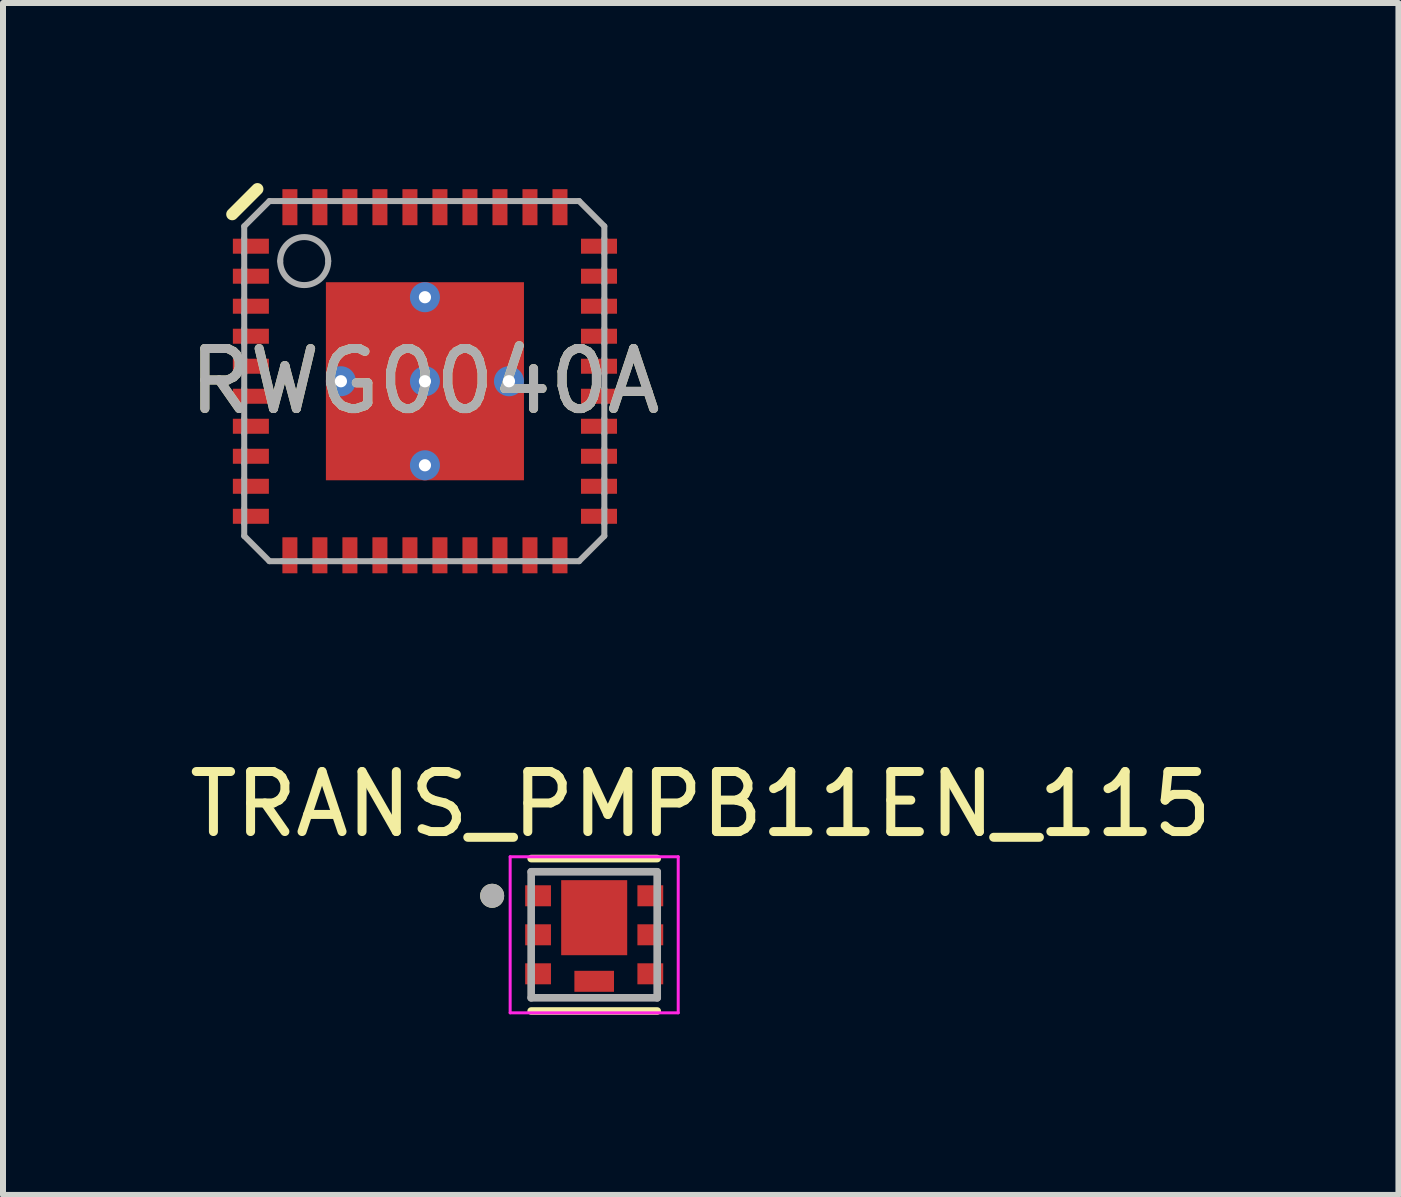
<source format=kicad_pcb>
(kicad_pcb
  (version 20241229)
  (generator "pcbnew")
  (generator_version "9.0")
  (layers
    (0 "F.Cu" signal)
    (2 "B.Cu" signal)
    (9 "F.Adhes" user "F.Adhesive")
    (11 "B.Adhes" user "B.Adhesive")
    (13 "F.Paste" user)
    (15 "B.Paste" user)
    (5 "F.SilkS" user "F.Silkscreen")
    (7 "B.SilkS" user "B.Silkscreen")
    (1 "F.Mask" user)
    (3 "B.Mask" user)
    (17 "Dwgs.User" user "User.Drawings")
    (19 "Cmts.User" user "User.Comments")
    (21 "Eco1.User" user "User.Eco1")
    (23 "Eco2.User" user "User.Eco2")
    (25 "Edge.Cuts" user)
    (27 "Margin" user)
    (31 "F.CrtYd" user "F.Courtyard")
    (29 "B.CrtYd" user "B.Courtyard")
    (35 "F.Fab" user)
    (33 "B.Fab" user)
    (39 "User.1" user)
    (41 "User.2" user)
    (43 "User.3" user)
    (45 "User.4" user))
  (footprint "TRANS_PMPB11EN_115"
    (layer "F.Cu")
    (at 6.85 12.525)
    (property "Reference" "TRANS_PMPB11EN_115" (at 1.775 -2.175 0) (layer "F.SilkS") (effects (font (size 1 1) (thickness 0.15))))
    (attr smd)
    (fp_line (start -1.05 -1.27) (end 1.05 -1.27) (stroke (width 0.127) (type solid)) (layer "F.SilkS"))
    (fp_line (start 1.05 1.27) (end -1.05 1.27) (stroke (width 0.127) (type solid)) (layer "F.SilkS"))
    (fp_circle (center -1.7 -0.65) (end -1.6 -0.65) (stroke (width 0.2) (type solid)) (fill no) (layer "F.SilkS"))
    (fp_poly (pts (xy -1.1 -0.775) (xy -0.77 -0.775) (xy -0.77 -0.525) (xy -1.1 -0.525)) (stroke (width 0.01) (type solid)) (fill yes) (layer "F.Paste"))
    (fp_poly (pts (xy -1.1 -0.125) (xy -0.77 -0.125) (xy -0.77 0.125) (xy -1.1 0.125)) (stroke (width 0.01) (type solid)) (fill yes) (layer "F.Paste"))
    (fp_poly (pts (xy -1.1 0.525) (xy -0.77 0.525) (xy -0.77 0.775) (xy -1.1 0.775)) (stroke (width 0.01) (type solid)) (fill yes) (layer "F.Paste"))
    (fp_poly (pts (xy -0.45 -0.81) (xy 0.45 -0.81) (xy 0.45 0.24) (xy -0.45 0.24)) (stroke (width 0.01) (type solid)) (fill yes) (layer "F.Paste"))
    (fp_poly (pts (xy -0.28 0.65) (xy 0.28 0.65) (xy 0.28 0.9) (xy -0.28 0.9)) (stroke (width 0.01) (type solid)) (fill yes) (layer "F.Paste"))
    (fp_poly (pts (xy 0.77 -0.775) (xy 1.1 -0.775) (xy 1.1 -0.525) (xy 0.77 -0.525)) (stroke (width 0.01) (type solid)) (fill yes) (layer "F.Paste"))
    (fp_poly (pts (xy 0.77 -0.125) (xy 1.1 -0.125) (xy 1.1 0.125) (xy 0.77 0.125)) (stroke (width 0.01) (type solid)) (fill yes) (layer "F.Paste"))
    (fp_poly (pts (xy 0.77 0.525) (xy 1.1 0.525) (xy 1.1 0.775) (xy 0.77 0.775)) (stroke (width 0.01) (type solid)) (fill yes) (layer "F.Paste"))
    (fp_line (start -1.4 -1.3) (end 1.4 -1.3) (stroke (width 0.05) (type solid)) (layer "F.CrtYd"))
    (fp_line (start -1.4 1.3) (end -1.4 -1.3) (stroke (width 0.05) (type solid)) (layer "F.CrtYd"))
    (fp_line (start 1.4 -1.3) (end 1.4 1.3) (stroke (width 0.05) (type solid)) (layer "F.CrtYd"))
    (fp_line (start 1.4 1.3) (end -1.4 1.3) (stroke (width 0.05) (type solid)) (layer "F.CrtYd"))
    (fp_line (start -1.05 -1.05) (end 1.05 -1.05) (stroke (width 0.127) (type solid)) (layer "F.Fab"))
    (fp_line (start -1.05 1.05) (end -1.05 -1.05) (stroke (width 0.127) (type solid)) (layer "F.Fab"))
    (fp_line (start 1.05 -1.05) (end 1.05 1.05) (stroke (width 0.127) (type solid)) (layer "F.Fab"))
    (fp_line (start 1.05 1.05) (end -1.05 1.05) (stroke (width 0.127) (type solid)) (layer "F.Fab"))
    (fp_circle (center -1.7 -0.65) (end -1.6 -0.65) (stroke (width 0.2) (type solid)) (fill no) (layer "F.Fab"))
    (pad "1" smd rect (at -0.935 -0.65) (size 0.43 0.35) (layers "F.Cu" "F.Mask"))
    (pad "2" smd rect (at -0.935 0) (size 0.43 0.35) (layers "F.Cu" "F.Mask"))
    (pad "3" smd rect (at -0.935 0.65) (size 0.43 0.35) (layers "F.Cu" "F.Mask"))
    (pad "4" smd rect (at 0.935 0.65) (size 0.43 0.35) (layers "F.Cu" "F.Mask"))
    (pad "5" smd rect (at 0.935 0) (size 0.43 0.35) (layers "F.Cu" "F.Mask"))
    (pad "6" smd rect (at 0.935 -0.65) (size 0.43 0.35) (layers "F.Cu" "F.Mask"))
    (pad "7" smd rect (at 0 -0.285) (size 1.1 1.25) (layers "F.Cu" "F.Mask"))
    (pad "8" smd rect (at 0 0.775) (size 0.66 0.35) (layers "F.Cu" "F.Mask")))
  (footprint "RWG0040A"
    (layer "F.Cu")
    (at 4.03 3.302)
    (property "Reference" "RWG0040A" (at 0 0 0) (unlocked yes) (layer "F.SilkS") (effects (font (size 1 1) (thickness 0.15))))
    (attr smd)
    (fp_line (start -3.211 -2.782) (end -2.791 -3.202) (stroke (width 0.2) (type solid)) (layer "F.SilkS"))
    (fp_poly (pts (xy -0.1 -1.48) (xy -0.1 -0.15) (xy -0.101 -0.14) (xy -0.104 -0.131) (xy -0.108 -0.122) (xy -0.115 -0.115) (xy -0.122 -0.108) (xy -0.131 -0.104) (xy -0.14 -0.101) (xy -0.15 -0.1) (xy -1.48 -0.1) (xy -1.49 -0.101) (xy -1.499 -0.104) (xy -1.508 -0.108) (xy -1.515 -0.115) (xy -1.522 -0.122) (xy -1.526 -0.131) (xy -1.529 -0.14) (xy -1.53 -0.15) (xy -1.53 -1.48) (xy -1.529 -1.49) (xy -1.526 -1.499) (xy -1.522 -1.508) (xy -1.515 -1.515) (xy -1.508 -1.522) (xy -1.499 -1.526) (xy -1.49 -1.529) (xy -1.48 -1.53) (xy -0.15 -1.53) (xy -0.14 -1.529) (xy -0.131 -1.526) (xy -0.122 -1.522) (xy -0.115 -1.515) (xy -0.108 -1.508) (xy -0.104 -1.499) (xy -0.101 -1.49)) (stroke (width 0) (type solid)) (fill yes) (layer "F.Paste"))
    (fp_poly (pts (xy -0.1 0.15) (xy -0.1 1.48) (xy -0.101 1.49) (xy -0.104 1.499) (xy -0.108 1.508) (xy -0.115 1.515) (xy -0.122 1.522) (xy -0.131 1.526) (xy -0.14 1.529) (xy -0.15 1.53) (xy -1.48 1.53) (xy -1.49 1.529) (xy -1.499 1.526) (xy -1.508 1.522) (xy -1.515 1.515) (xy -1.522 1.508) (xy -1.526 1.499) (xy -1.529 1.49) (xy -1.53 1.48) (xy -1.53 0.15) (xy -1.529 0.14) (xy -1.526 0.131) (xy -1.522 0.122) (xy -1.515 0.115) (xy -1.508 0.108) (xy -1.499 0.104) (xy -1.49 0.101) (xy -1.48 0.1) (xy -0.15 0.1) (xy -0.14 0.101) (xy -0.131 0.104) (xy -0.122 0.108) (xy -0.115 0.115) (xy -0.108 0.122) (xy -0.104 0.131) (xy -0.101 0.14)) (stroke (width 0) (type solid)) (fill yes) (layer "F.Paste"))
    (fp_poly (pts (xy 0.1 -0.15) (xy 0.1 -1.48) (xy 0.101 -1.49) (xy 0.104 -1.499) (xy 0.108 -1.508) (xy 0.115 -1.515) (xy 0.122 -1.522) (xy 0.131 -1.526) (xy 0.14 -1.529) (xy 0.15 -1.53) (xy 1.48 -1.53) (xy 1.49 -1.529) (xy 1.499 -1.526) (xy 1.508 -1.522) (xy 1.515 -1.515) (xy 1.522 -1.508) (xy 1.526 -1.499) (xy 1.529 -1.49) (xy 1.53 -1.48) (xy 1.53 -0.15) (xy 1.529 -0.14) (xy 1.526 -0.131) (xy 1.522 -0.122) (xy 1.515 -0.115) (xy 1.508 -0.108) (xy 1.499 -0.104) (xy 1.49 -0.101) (xy 1.48 -0.1) (xy 0.15 -0.1) (xy 0.14 -0.101) (xy 0.131 -0.104) (xy 0.122 -0.108) (xy 0.115 -0.115) (xy 0.108 -0.122) (xy 0.104 -0.131) (xy 0.101 -0.14)) (stroke (width 0) (type solid)) (fill yes) (layer "F.Paste"))
    (fp_poly (pts (xy 0.1 1.48) (xy 0.1 0.15) (xy 0.101 0.14) (xy 0.104 0.131) (xy 0.108 0.122) (xy 0.115 0.115) (xy 0.122 0.108) (xy 0.131 0.104) (xy 0.14 0.101) (xy 0.15 0.1) (xy 1.48 0.1) (xy 1.49 0.101) (xy 1.499 0.104) (xy 1.508 0.108) (xy 1.515 0.115) (xy 1.522 0.122) (xy 1.526 0.131) (xy 1.529 0.14) (xy 1.53 0.15) (xy 1.53 1.48) (xy 1.529 1.49) (xy 1.526 1.499) (xy 1.522 1.508) (xy 1.515 1.515) (xy 1.508 1.522) (xy 1.499 1.526) (xy 1.49 1.529) (xy 1.48 1.53) (xy 0.15 1.53) (xy 0.14 1.529) (xy 0.131 1.526) (xy 0.122 1.522) (xy 0.115 1.515) (xy 0.108 1.508) (xy 0.104 1.499) (xy 0.101 1.49)) (stroke (width 0) (type solid)) (fill yes) (layer "F.Paste"))
    (fp_line (start -3.011 -2.582) (end -2.591 -3.002) (stroke (width 0.1) (type solid)) (layer "F.Fab"))
    (fp_line (start -3.011 -2.377) (end -3.011 -2.582) (stroke (width 0.1) (type solid)) (layer "F.Fab"))
    (fp_line (start -3.011 -2.127) (end -3.011 -2.377) (stroke (width 0.1) (type solid)) (layer "F.Fab"))
    (fp_line (start -3.011 -1.877) (end -3.011 -2.127) (stroke (width 0.1) (type solid)) (layer "F.Fab"))
    (fp_line (start -3.011 -1.627) (end -3.011 -1.877) (stroke (width 0.1) (type solid)) (layer "F.Fab"))
    (fp_line (start -3.011 -1.377) (end -3.011 -1.627) (stroke (width 0.1) (type solid)) (layer "F.Fab"))
    (fp_line (start -3.011 -1.127) (end -3.011 -1.377) (stroke (width 0.1) (type solid)) (layer "F.Fab"))
    (fp_line (start -3.011 -0.877) (end -3.011 -1.127) (stroke (width 0.1) (type solid)) (layer "F.Fab"))
    (fp_line (start -3.011 -0.627) (end -3.011 -0.877) (stroke (width 0.1) (type solid)) (layer "F.Fab"))
    (fp_line (start -3.011 -0.377) (end -3.011 -0.627) (stroke (width 0.1) (type solid)) (layer "F.Fab"))
    (fp_line (start -3.011 -0.127) (end -3.011 -0.377) (stroke (width 0.1) (type solid)) (layer "F.Fab"))
    (fp_line (start -3.011 0.123) (end -3.011 -0.127) (stroke (width 0.1) (type solid)) (layer "F.Fab"))
    (fp_line (start -3.011 0.373) (end -3.011 0.123) (stroke (width 0.1) (type solid)) (layer "F.Fab"))
    (fp_line (start -3.011 0.623) (end -3.011 0.373) (stroke (width 0.1) (type solid)) (layer "F.Fab"))
    (fp_line (start -3.011 0.873) (end -3.011 0.623) (stroke (width 0.1) (type solid)) (layer "F.Fab"))
    (fp_line (start -3.011 1.123) (end -3.011 0.873) (stroke (width 0.1) (type solid)) (layer "F.Fab"))
    (fp_line (start -3.011 1.373) (end -3.011 1.123) (stroke (width 0.1) (type solid)) (layer "F.Fab"))
    (fp_line (start -3.011 1.623) (end -3.011 1.373) (stroke (width 0.1) (type solid)) (layer "F.Fab"))
    (fp_line (start -3.011 1.873) (end -3.011 1.623) (stroke (width 0.1) (type solid)) (layer "F.Fab"))
    (fp_line (start -3.011 2.123) (end -3.011 1.873) (stroke (width 0.1) (type solid)) (layer "F.Fab"))
    (fp_line (start -3.011 2.373) (end -3.011 2.123) (stroke (width 0.1) (type solid)) (layer "F.Fab"))
    (fp_line (start -3.011 2.578) (end -3.011 2.373) (stroke (width 0.1) (type solid)) (layer "F.Fab"))
    (fp_line (start -3.011 2.578) (end -2.591 2.998) (stroke (width 0.1) (type solid)) (layer "F.Fab"))
    (fp_line (start -2.591 -3.002) (end -2.386 -3.002) (stroke (width 0.1) (type solid)) (layer "F.Fab"))
    (fp_line (start -2.591 2.998) (end -2.386 2.998) (stroke (width 0.1) (type solid)) (layer "F.Fab"))
    (fp_line (start -2.386 -3.002) (end -2.136 -3.002) (stroke (width 0.1) (type solid)) (layer "F.Fab"))
    (fp_line (start -2.386 2.998) (end -2.136 2.998) (stroke (width 0.1) (type solid)) (layer "F.Fab"))
    (fp_line (start -2.136 -3.002) (end -1.886 -3.002) (stroke (width 0.1) (type solid)) (layer "F.Fab"))
    (fp_line (start -2.136 2.998) (end -1.886 2.998) (stroke (width 0.1) (type solid)) (layer "F.Fab"))
    (fp_line (start -1.886 -3.002) (end -1.636 -3.002) (stroke (width 0.1) (type solid)) (layer "F.Fab"))
    (fp_line (start -1.886 2.998) (end -1.636 2.998) (stroke (width 0.1) (type solid)) (layer "F.Fab"))
    (fp_line (start -1.636 -3.002) (end -1.386 -3.002) (stroke (width 0.1) (type solid)) (layer "F.Fab"))
    (fp_line (start -1.636 2.998) (end -1.386 2.998) (stroke (width 0.1) (type solid)) (layer "F.Fab"))
    (fp_line (start -1.386 -3.002) (end -1.136 -3.002) (stroke (width 0.1) (type solid)) (layer "F.Fab"))
    (fp_line (start -1.386 2.998) (end -1.136 2.998) (stroke (width 0.1) (type solid)) (layer "F.Fab"))
    (fp_line (start -1.136 -3.002) (end -0.886 -3.002) (stroke (width 0.1) (type solid)) (layer "F.Fab"))
    (fp_line (start -1.136 2.998) (end -0.886 2.998) (stroke (width 0.1) (type solid)) (layer "F.Fab"))
    (fp_line (start -0.886 -3.002) (end -0.636 -3.002) (stroke (width 0.1) (type solid)) (layer "F.Fab"))
    (fp_line (start -0.886 2.998) (end -0.636 2.998) (stroke (width 0.1) (type solid)) (layer "F.Fab"))
    (fp_line (start -0.636 -3.002) (end -0.386 -3.002) (stroke (width 0.1) (type solid)) (layer "F.Fab"))
    (fp_line (start -0.636 2.998) (end -0.386 2.998) (stroke (width 0.1) (type solid)) (layer "F.Fab"))
    (fp_line (start -0.386 -3.002) (end -0.136 -3.002) (stroke (width 0.1) (type solid)) (layer "F.Fab"))
    (fp_line (start -0.386 2.998) (end -0.136 2.998) (stroke (width 0.1) (type solid)) (layer "F.Fab"))
    (fp_line (start -0.136 -3.002) (end 0.114 -3.002) (stroke (width 0.1) (type solid)) (layer "F.Fab"))
    (fp_line (start -0.136 2.998) (end 0.114 2.998) (stroke (width 0.1) (type solid)) (layer "F.Fab"))
    (fp_line (start 0.114 -3.002) (end 0.364 -3.002) (stroke (width 0.1) (type solid)) (layer "F.Fab"))
    (fp_line (start 0.114 2.998) (end 0.364 2.998) (stroke (width 0.1) (type solid)) (layer "F.Fab"))
    (fp_line (start 0.364 -3.002) (end 0.614 -3.002) (stroke (width 0.1) (type solid)) (layer "F.Fab"))
    (fp_line (start 0.364 2.998) (end 0.614 2.998) (stroke (width 0.1) (type solid)) (layer "F.Fab"))
    (fp_line (start 0.614 -3.002) (end 0.864 -3.002) (stroke (width 0.1) (type solid)) (layer "F.Fab"))
    (fp_line (start 0.614 2.998) (end 0.864 2.998) (stroke (width 0.1) (type solid)) (layer "F.Fab"))
    (fp_line (start 0.864 -3.002) (end 1.114 -3.002) (stroke (width 0.1) (type solid)) (layer "F.Fab"))
    (fp_line (start 0.864 2.998) (end 1.114 2.998) (stroke (width 0.1) (type solid)) (layer "F.Fab"))
    (fp_line (start 1.114 -3.002) (end 1.364 -3.002) (stroke (width 0.1) (type solid)) (layer "F.Fab"))
    (fp_line (start 1.114 2.998) (end 1.364 2.998) (stroke (width 0.1) (type solid)) (layer "F.Fab"))
    (fp_line (start 1.364 -3.002) (end 1.614 -3.002) (stroke (width 0.1) (type solid)) (layer "F.Fab"))
    (fp_line (start 1.364 2.998) (end 1.614 2.998) (stroke (width 0.1) (type solid)) (layer "F.Fab"))
    (fp_line (start 1.614 -3.002) (end 1.864 -3.002) (stroke (width 0.1) (type solid)) (layer "F.Fab"))
    (fp_line (start 1.614 2.998) (end 1.864 2.998) (stroke (width 0.1) (type solid)) (layer "F.Fab"))
    (fp_line (start 1.864 -3.002) (end 2.114 -3.002) (stroke (width 0.1) (type solid)) (layer "F.Fab"))
    (fp_line (start 1.864 2.998) (end 2.114 2.998) (stroke (width 0.1) (type solid)) (layer "F.Fab"))
    (fp_line (start 2.114 -3.002) (end 2.364 -3.002) (stroke (width 0.1) (type solid)) (layer "F.Fab"))
    (fp_line (start 2.114 2.998) (end 2.364 2.998) (stroke (width 0.1) (type solid)) (layer "F.Fab"))
    (fp_line (start 2.364 -3.002) (end 2.569 -3.002) (stroke (width 0.1) (type solid)) (layer "F.Fab"))
    (fp_line (start 2.364 2.998) (end 2.569 2.998) (stroke (width 0.1) (type solid)) (layer "F.Fab"))
    (fp_line (start 2.569 -3.002) (end 2.989 -2.582) (stroke (width 0.1) (type solid)) (layer "F.Fab"))
    (fp_line (start 2.569 2.998) (end 2.989 2.578) (stroke (width 0.1) (type solid)) (layer "F.Fab"))
    (fp_line (start 2.989 -2.377) (end 2.989 -2.582) (stroke (width 0.1) (type solid)) (layer "F.Fab"))
    (fp_line (start 2.989 -2.127) (end 2.989 -2.377) (stroke (width 0.1) (type solid)) (layer "F.Fab"))
    (fp_line (start 2.989 -1.877) (end 2.989 -2.127) (stroke (width 0.1) (type solid)) (layer "F.Fab"))
    (fp_line (start 2.989 -1.627) (end 2.989 -1.877) (stroke (width 0.1) (type solid)) (layer "F.Fab"))
    (fp_line (start 2.989 -1.377) (end 2.989 -1.627) (stroke (width 0.1) (type solid)) (layer "F.Fab"))
    (fp_line (start 2.989 -1.127) (end 2.989 -1.377) (stroke (width 0.1) (type solid)) (layer "F.Fab"))
    (fp_line (start 2.989 -0.877) (end 2.989 -1.127) (stroke (width 0.1) (type solid)) (layer "F.Fab"))
    (fp_line (start 2.989 -0.627) (end 2.989 -0.877) (stroke (width 0.1) (type solid)) (layer "F.Fab"))
    (fp_line (start 2.989 -0.377) (end 2.989 -0.627) (stroke (width 0.1) (type solid)) (layer "F.Fab"))
    (fp_line (start 2.989 -0.127) (end 2.989 -0.377) (stroke (width 0.1) (type solid)) (layer "F.Fab"))
    (fp_line (start 2.989 0.123) (end 2.989 -0.127) (stroke (width 0.1) (type solid)) (layer "F.Fab"))
    (fp_line (start 2.989 0.373) (end 2.989 0.123) (stroke (width 0.1) (type solid)) (layer "F.Fab"))
    (fp_line (start 2.989 0.623) (end 2.989 0.373) (stroke (width 0.1) (type solid)) (layer "F.Fab"))
    (fp_line (start 2.989 0.873) (end 2.989 0.623) (stroke (width 0.1) (type solid)) (layer "F.Fab"))
    (fp_line (start 2.989 1.123) (end 2.989 0.873) (stroke (width 0.1) (type solid)) (layer "F.Fab"))
    (fp_line (start 2.989 1.373) (end 2.989 1.123) (stroke (width 0.1) (type solid)) (layer "F.Fab"))
    (fp_line (start 2.989 1.623) (end 2.989 1.373) (stroke (width 0.1) (type solid)) (layer "F.Fab"))
    (fp_line (start 2.989 1.873) (end 2.989 1.623) (stroke (width 0.1) (type solid)) (layer "F.Fab"))
    (fp_line (start 2.989 2.123) (end 2.989 1.873) (stroke (width 0.1) (type solid)) (layer "F.Fab"))
    (fp_line (start 2.989 2.373) (end 2.989 2.123) (stroke (width 0.1) (type solid)) (layer "F.Fab"))
    (fp_line (start 2.989 2.578) (end 2.989 2.373) (stroke (width 0.1) (type solid)) (layer "F.Fab"))
    (fp_arc (start -2.41124 -2.002005) (mid -2.011241 -2.402004) (end -1.611241 -2.002005) (stroke (width 0.1) (type solid)) (layer "F.Fab"))
    (fp_arc (start -1.611241 -2.002005) (mid -2.011241 -1.602006) (end -2.41124 -2.002005) (stroke (width 0.1) (type solid)) (layer "F.Fab"))
    (fp_text user "${REFERENCE}" (at 0 0 0) (unlocked yes) (layer "F.Fab") (effects (font (size 1 1) (thickness 0.15))))
    (pad "1" smd rect (at -2.9 -2.25 90) (size 0.25 0.6) (layers "F.Cu" "F.Mask" "F.Paste"))
    (pad "2" smd rect (at -2.9 -1.75 90) (size 0.25 0.6) (layers "F.Cu" "F.Mask" "F.Paste"))
    (pad "3" smd rect (at -2.9 -1.25 90) (size 0.25 0.6) (layers "F.Cu" "F.Mask" "F.Paste"))
    (pad "4" smd rect (at -2.9 -0.75 90) (size 0.25 0.6) (layers "F.Cu" "F.Mask" "F.Paste"))
    (pad "5" smd rect (at -2.9 -0.25 90) (size 0.25 0.6) (layers "F.Cu" "F.Mask" "F.Paste"))
    (pad "6" smd rect (at -2.9 0.25 90) (size 0.25 0.6) (layers "F.Cu" "F.Mask" "F.Paste"))
    (pad "7" smd rect (at -2.9 0.75 90) (size 0.25 0.6) (layers "F.Cu" "F.Mask" "F.Paste"))
    (pad "8" smd rect (at -2.9 1.25 90) (size 0.25 0.6) (layers "F.Cu" "F.Mask" "F.Paste"))
    (pad "9" smd rect (at -2.9 1.75 90) (size 0.25 0.6) (layers "F.Cu" "F.Mask" "F.Paste"))
    (pad "10" smd rect (at -2.9 2.25 90) (size 0.25 0.6) (layers "F.Cu" "F.Mask" "F.Paste"))
    (pad "11" smd rect (at -2.25 2.9) (size 0.25 0.6) (layers "F.Cu" "F.Mask" "F.Paste"))
    (pad "12" smd rect (at -1.75 2.9) (size 0.25 0.6) (layers "F.Cu" "F.Mask" "F.Paste"))
    (pad "13" smd rect (at -1.25 2.9) (size 0.25 0.6) (layers "F.Cu" "F.Mask" "F.Paste"))
    (pad "14" smd rect (at -0.75 2.9) (size 0.25 0.6) (layers "F.Cu" "F.Mask" "F.Paste"))
    (pad "15" smd rect (at -0.25 2.9) (size 0.25 0.6) (layers "F.Cu" "F.Mask" "F.Paste"))
    (pad "16" smd rect (at 0.25 2.9) (size 0.25 0.6) (layers "F.Cu" "F.Mask" "F.Paste"))
    (pad "17" smd rect (at 0.75 2.9) (size 0.25 0.6) (layers "F.Cu" "F.Mask" "F.Paste"))
    (pad "18" smd rect (at 1.25 2.9) (size 0.25 0.6) (layers "F.Cu" "F.Mask" "F.Paste"))
    (pad "19" smd rect (at 1.75 2.9) (size 0.25 0.6) (layers "F.Cu" "F.Mask" "F.Paste"))
    (pad "20" smd rect (at 2.25 2.9) (size 0.25 0.6) (layers "F.Cu" "F.Mask" "F.Paste"))
    (pad "21" smd rect (at 2.9 2.25 90) (size 0.25 0.6) (layers "F.Cu" "F.Mask" "F.Paste"))
    (pad "22" smd rect (at 2.9 1.75 90) (size 0.25 0.6) (layers "F.Cu" "F.Mask" "F.Paste"))
    (pad "23" smd rect (at 2.9 1.25 90) (size 0.25 0.6) (layers "F.Cu" "F.Mask" "F.Paste"))
    (pad "24" smd rect (at 2.9 0.75 90) (size 0.25 0.6) (layers "F.Cu" "F.Mask" "F.Paste"))
    (pad "25" smd rect (at 2.9 0.25 90) (size 0.25 0.6) (layers "F.Cu" "F.Mask" "F.Paste"))
    (pad "26" smd rect (at 2.9 -0.25 90) (size 0.25 0.6) (layers "F.Cu" "F.Mask" "F.Paste"))
    (pad "27" smd rect (at 2.9 -0.75 90) (size 0.25 0.6) (layers "F.Cu" "F.Mask" "F.Paste"))
    (pad "28" smd rect (at 2.9 -1.25 90) (size 0.25 0.6) (layers "F.Cu" "F.Mask" "F.Paste"))
    (pad "29" smd rect (at 2.9 -1.75 90) (size 0.25 0.6) (layers "F.Cu" "F.Mask" "F.Paste"))
    (pad "30" smd rect (at 2.9 -2.25 90) (size 0.25 0.6) (layers "F.Cu" "F.Mask" "F.Paste"))
    (pad "31" smd rect (at 2.25 -2.9) (size 0.25 0.6) (layers "F.Cu" "F.Mask" "F.Paste"))
    (pad "32" smd rect (at 1.75 -2.9) (size 0.25 0.6) (layers "F.Cu" "F.Mask" "F.Paste"))
    (pad "33" smd rect (at 1.25 -2.9) (size 0.25 0.6) (layers "F.Cu" "F.Mask" "F.Paste"))
    (pad "34" smd rect (at 0.75 -2.9) (size 0.25 0.6) (layers "F.Cu" "F.Mask" "F.Paste"))
    (pad "35" smd rect (at 0.25 -2.9) (size 0.25 0.6) (layers "F.Cu" "F.Mask" "F.Paste"))
    (pad "36" smd rect (at -0.25 -2.9) (size 0.25 0.6) (layers "F.Cu" "F.Mask" "F.Paste"))
    (pad "37" smd rect (at -0.75 -2.9) (size 0.25 0.6) (layers "F.Cu" "F.Mask" "F.Paste"))
    (pad "38" smd rect (at -1.25 -2.9) (size 0.25 0.6) (layers "F.Cu" "F.Mask" "F.Paste"))
    (pad "39" smd rect (at -1.75 -2.9) (size 0.25 0.6) (layers "F.Cu" "F.Mask" "F.Paste"))
    (pad "40" smd rect (at -2.25 -2.9) (size 0.25 0.6) (layers "F.Cu" "F.Mask" "F.Paste"))
    (pad "41" smd rect (at 0 0) (size 3.3 3.3) (layers "F.Cu" "F.Mask"))
    (pad "V" thru_hole circle (at -1.4 0) (size 0.5 0.5) (drill 0.203) (layers "*.Cu" "*.Mask"))
    (pad "V" thru_hole circle (at 0 -1.4) (size 0.5 0.5) (drill 0.203) (layers "*.Cu" "*.Mask"))
    (pad "V" thru_hole circle (at 0 0) (size 0.5 0.5) (drill 0.203) (layers "*.Cu" "*.Mask"))
    (pad "V" thru_hole circle (at 0 1.4) (size 0.5 0.5) (drill 0.203) (layers "*.Cu" "*.Mask"))
    (pad "V" thru_hole circle (at 1.4 0) (size 0.5 0.5) (drill 0.203) (layers "*.Cu" "*.Mask")))
  (gr_rect
    (start -3 -3)
    (end 20.25 16.859)
    (stroke (width 0.1) (type default))
    (fill no)
    (layer "Edge.Cuts")))
</source>
